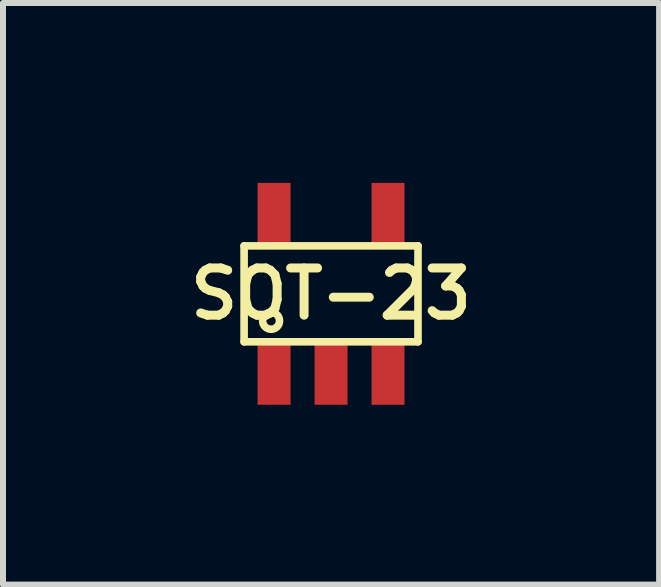
<source format=kicad_pcb>
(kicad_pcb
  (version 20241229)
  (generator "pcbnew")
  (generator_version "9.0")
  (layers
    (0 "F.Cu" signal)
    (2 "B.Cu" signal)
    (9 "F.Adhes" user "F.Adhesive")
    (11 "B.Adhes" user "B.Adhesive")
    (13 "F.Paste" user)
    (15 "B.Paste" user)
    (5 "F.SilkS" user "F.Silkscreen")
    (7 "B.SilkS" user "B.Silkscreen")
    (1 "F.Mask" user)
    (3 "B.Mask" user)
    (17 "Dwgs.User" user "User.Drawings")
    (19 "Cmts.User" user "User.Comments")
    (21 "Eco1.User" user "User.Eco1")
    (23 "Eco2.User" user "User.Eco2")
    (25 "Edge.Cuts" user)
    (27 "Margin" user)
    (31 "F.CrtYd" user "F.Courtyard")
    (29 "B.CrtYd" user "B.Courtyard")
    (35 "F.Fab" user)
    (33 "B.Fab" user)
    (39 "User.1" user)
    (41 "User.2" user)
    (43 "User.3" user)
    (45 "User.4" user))
  (footprint "SOT-23"
    (layer "F.Cu")
    (at 2.471 1.85)
    (property "Reference" "SOT-23" (at 0 0 0) (layer "F.SilkS") (effects (font (size 0.787 0.787) (thickness 0.15))))
    (attr through_hole)
    (fp_line (start -1.45 -0.8) (end 1.45 -0.8) (stroke (width 0.127) (type solid)) (layer "F.SilkS"))
    (fp_line (start -1.45 0.8) (end -1.45 -0.8) (stroke (width 0.127) (type solid)) (layer "F.SilkS"))
    (fp_line (start 1.45 -0.8) (end 1.45 0.8) (stroke (width 0.127) (type solid)) (layer "F.SilkS"))
    (fp_line (start 1.45 0.8) (end -1.45 0.8) (stroke (width 0.127) (type solid)) (layer "F.SilkS"))
    (fp_circle (center -1 0.45) (end -0.859 0.45) (stroke (width 0.127) (type solid)) (fill no) (layer "F.SilkS"))
    (pad "P$1" smd rect (at -0.95 1.35 90) (size 1 0.55) (layers "F.Cu" "F.Mask" "F.Paste"))
    (pad "P$2" smd rect (at 0 1.35 90) (size 1 0.55) (layers "F.Cu" "F.Mask" "F.Paste"))
    (pad "P$3" smd rect (at 0.95 1.35 90) (size 1 0.55) (layers "F.Cu" "F.Mask" "F.Paste"))
    (pad "P$4" smd rect (at 0.95 -1.35 90) (size 1 0.55) (layers "F.Cu" "F.Mask" "F.Paste"))
    (pad "P$5" smd rect (at -0.95 -1.35 90) (size 1 0.55) (layers "F.Cu" "F.Mask" "F.Paste")))
  (gr_rect
    (start -3 -3)
    (end 7.942 6.7)
    (stroke (width 0.1) (type default))
    (fill no)
    (layer "Edge.Cuts")))
</source>
